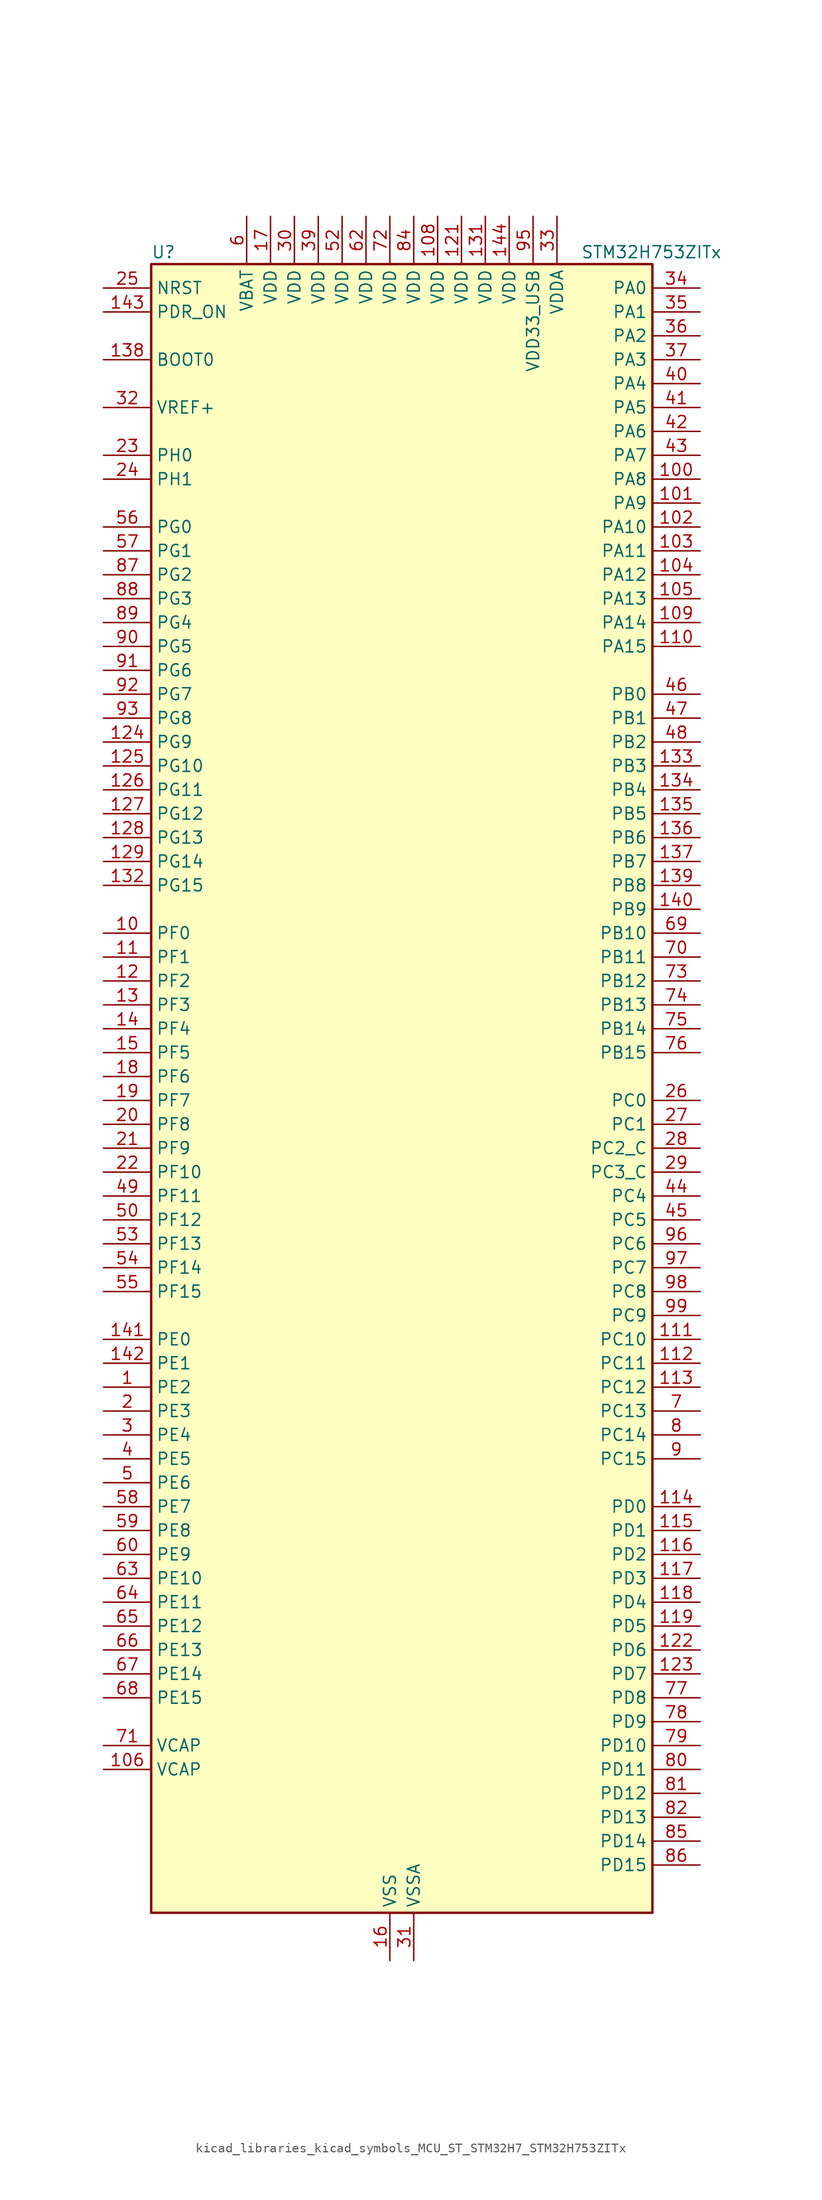
<source format=kicad_sym>
(kicad_symbol_lib
  (version 20220914)
  (generator kicad_symbol_editor)
  (symbol "kicad_libraries_kicad_symbols_MCU_ST_STM32H7_STM32H753ZITx"
    (property "Reference" "U"
      (at -25.4 90.17 0)
      (effects (font (size 1.27 1.27)) (justify left)))
    (property "Value" "STM32H753ZITx"
      (at 20.32 90.17 0)
      (effects (font (size 1.27 1.27)) (justify left)))
    (property "ki_locked" ""
      (at 0 0 0)
      (effects (font (size 1.27 1.27))))
    (symbol "kicad_libraries_kicad_symbols_MCU_ST_STM32H7_STM32H753ZITx_0_1"
      (rectangle (start -25.4 -86.36) (end 27.94 88.9) (stroke (width 0.254) (type default)) (fill (type background))))
    (symbol "kicad_libraries_kicad_symbols_MCU_ST_STM32H7_STM32H753ZITx_1_1"
      (pin bidirectional line (at -30.48 -30.48 0) (length 5.08) (name "PE2" (effects (font (size 1.27 1.27)))) (number "1" (effects (font (size 1.27 1.27)))) (alternate "DEBUG_TRACECLK" bidirectional line) (alternate "ETH_TXD3" bidirectional line) (alternate "FMC_A23" bidirectional line) (alternate "QUADSPI_BK1_IO2" bidirectional line) (alternate "SAI1_CK1" bidirectional line) (alternate "SAI1_MCLK_A" bidirectional line) (alternate "SAI4_CK1" bidirectional line) (alternate "SAI4_MCLK_A" bidirectional line) (alternate "SPI4_SCK" bidirectional line))
      (pin bidirectional line (at -30.48 17.78 0) (length 5.08) (name "PF0" (effects (font (size 1.27 1.27)))) (number "10" (effects (font (size 1.27 1.27)))) (alternate "FMC_A0" bidirectional line) (alternate "I2C2_SDA" bidirectional line))
      (pin bidirectional line (at 33.02 66.04 180) (length 5.08) (name "PA8" (effects (font (size 1.27 1.27)))) (number "100" (effects (font (size 1.27 1.27)))) (alternate "HRTIM_CHB2" bidirectional line) (alternate "I2C3_SCL" bidirectional line) (alternate "LTDC_B3" bidirectional line) (alternate "LTDC_R6" bidirectional line) (alternate "RCC_MCO_1" bidirectional line) (alternate "TIM1_CH1" bidirectional line) (alternate "TIM8_BKIN2" bidirectional line) (alternate "TIM8_BKIN2_COMP1" bidirectional line) (alternate "TIM8_BKIN2_COMP2" bidirectional line) (alternate "UART7_RX" bidirectional line) (alternate "USART1_CK" bidirectional line) (alternate "USB_OTG_FS_SOF" bidirectional line))
      (pin bidirectional line (at 33.02 63.5 180) (length 5.08) (name "PA9" (effects (font (size 1.27 1.27)))) (number "101" (effects (font (size 1.27 1.27)))) (alternate "DAC1_EXTI9" bidirectional line) (alternate "DCMI_D0" bidirectional line) (alternate "HRTIM_CHC1" bidirectional line) (alternate "I2C3_SMBA" bidirectional line) (alternate "I2S2_CK" bidirectional line) (alternate "LPUART1_TX" bidirectional line) (alternate "LTDC_R5" bidirectional line) (alternate "SPI2_SCK" bidirectional line) (alternate "TIM1_CH2" bidirectional line) (alternate "USART1_TX" bidirectional line) (alternate "USB_OTG_FS_VBUS" bidirectional line))
      (pin bidirectional line (at 33.02 60.96 180) (length 5.08) (name "PA10" (effects (font (size 1.27 1.27)))) (number "102" (effects (font (size 1.27 1.27)))) (alternate "DCMI_D1" bidirectional line) (alternate "HRTIM_CHC2" bidirectional line) (alternate "LPUART1_RX" bidirectional line) (alternate "LTDC_B1" bidirectional line) (alternate "LTDC_B4" bidirectional line) (alternate "MDIOS_MDIO" bidirectional line) (alternate "TIM1_CH3" bidirectional line) (alternate "USART1_RX" bidirectional line) (alternate "USB_OTG_FS_ID" bidirectional line))
      (pin bidirectional line (at 33.02 58.42 180) (length 5.08) (name "PA11" (effects (font (size 1.27 1.27)))) (number "103" (effects (font (size 1.27 1.27)))) (alternate "ADC1_EXTI11" bidirectional line) (alternate "ADC2_EXTI11" bidirectional line) (alternate "ADC3_EXTI11" bidirectional line) (alternate "FDCAN1_RX" bidirectional line) (alternate "HRTIM_CHD1" bidirectional line) (alternate "I2S2_WS" bidirectional line) (alternate "LPUART1_CTS" bidirectional line) (alternate "LTDC_R4" bidirectional line) (alternate "SPI2_NSS" bidirectional line) (alternate "TIM1_CH4" bidirectional line) (alternate "UART4_RX" bidirectional line) (alternate "USART1_CTS" bidirectional line) (alternate "USART1_NSS" bidirectional line) (alternate "USB_OTG_FS_DM" bidirectional line))
      (pin bidirectional line (at 33.02 55.88 180) (length 5.08) (name "PA12" (effects (font (size 1.27 1.27)))) (number "104" (effects (font (size 1.27 1.27)))) (alternate "FDCAN1_TX" bidirectional line) (alternate "HRTIM_CHD2" bidirectional line) (alternate "I2S2_CK" bidirectional line) (alternate "LPUART1_DE" bidirectional line) (alternate "LPUART1_RTS" bidirectional line) (alternate "LTDC_R5" bidirectional line) (alternate "SAI2_FS_B" bidirectional line) (alternate "SPI2_SCK" bidirectional line) (alternate "TIM1_ETR" bidirectional line) (alternate "UART4_TX" bidirectional line) (alternate "USART1_DE" bidirectional line) (alternate "USART1_RTS" bidirectional line) (alternate "USB_OTG_FS_DP" bidirectional line))
      (pin bidirectional line (at 33.02 53.34 180) (length 5.08) (name "PA13" (effects (font (size 1.27 1.27)))) (number "105" (effects (font (size 1.27 1.27)))) (alternate "DEBUG_JTMS-SWDIO" bidirectional line))
      (pin power_out line (at -30.48 -71.12 0) (length 5.08) (name "VCAP" (effects (font (size 1.27 1.27)))) (number "106" (effects (font (size 1.27 1.27)))))
      (pin passive line (at 0 -91.44 90) (length 5.08) hide (name "VSS" (effects (font (size 1.27 1.27)))) (number "107" (effects (font (size 1.27 1.27)))))
      (pin power_in line (at 5.08 93.98 270) (length 5.08) (name "VDD" (effects (font (size 1.27 1.27)))) (number "108" (effects (font (size 1.27 1.27)))))
      (pin bidirectional line (at 33.02 50.8 180) (length 5.08) (name "PA14" (effects (font (size 1.27 1.27)))) (number "109" (effects (font (size 1.27 1.27)))) (alternate "DEBUG_JTCK-SWCLK" bidirectional line))
      (pin bidirectional line (at -30.48 15.24 0) (length 5.08) (name "PF1" (effects (font (size 1.27 1.27)))) (number "11" (effects (font (size 1.27 1.27)))) (alternate "FMC_A1" bidirectional line) (alternate "I2C2_SCL" bidirectional line))
      (pin bidirectional line (at 33.02 48.26 180) (length 5.08) (name "PA15" (effects (font (size 1.27 1.27)))) (number "110" (effects (font (size 1.27 1.27)))) (alternate "ADC1_EXTI15" bidirectional line) (alternate "ADC2_EXTI15" bidirectional line) (alternate "ADC3_EXTI15" bidirectional line) (alternate "CEC" bidirectional line) (alternate "DEBUG_JTDI" bidirectional line) (alternate "HRTIM_FLT1" bidirectional line) (alternate "I2S1_WS" bidirectional line) (alternate "I2S3_WS" bidirectional line) (alternate "SPI1_NSS" bidirectional line) (alternate "SPI3_NSS" bidirectional line) (alternate "SPI6_NSS" bidirectional line) (alternate "TIM2_CH1" bidirectional line) (alternate "TIM2_ETR" bidirectional line) (alternate "UART4_DE" bidirectional line) (alternate "UART4_RTS" bidirectional line) (alternate "UART7_TX" bidirectional line))
      (pin bidirectional line (at 33.02 -25.4 180) (length 5.08) (name "PC10" (effects (font (size 1.27 1.27)))) (number "111" (effects (font (size 1.27 1.27)))) (alternate "DCMI_D8" bidirectional line) (alternate "DFSDM1_CKIN5" bidirectional line) (alternate "HRTIM_EEV1" bidirectional line) (alternate "I2S3_CK" bidirectional line) (alternate "LTDC_R2" bidirectional line) (alternate "QUADSPI_BK1_IO1" bidirectional line) (alternate "SDMMC1_D2" bidirectional line) (alternate "SPI3_SCK" bidirectional line) (alternate "UART4_TX" bidirectional line) (alternate "USART3_TX" bidirectional line))
      (pin bidirectional line (at 33.02 -27.94 180) (length 5.08) (name "PC11" (effects (font (size 1.27 1.27)))) (number "112" (effects (font (size 1.27 1.27)))) (alternate "ADC1_EXTI11" bidirectional line) (alternate "ADC2_EXTI11" bidirectional line) (alternate "ADC3_EXTI11" bidirectional line) (alternate "DCMI_D4" bidirectional line) (alternate "DFSDM1_DATIN5" bidirectional line) (alternate "HRTIM_FLT2" bidirectional line) (alternate "I2S3_SDI" bidirectional line) (alternate "QUADSPI_BK2_NCS" bidirectional line) (alternate "SDMMC1_D3" bidirectional line) (alternate "SPI3_MISO" bidirectional line) (alternate "UART4_RX" bidirectional line) (alternate "USART3_RX" bidirectional line))
      (pin bidirectional line (at 33.02 -30.48 180) (length 5.08) (name "PC12" (effects (font (size 1.27 1.27)))) (number "113" (effects (font (size 1.27 1.27)))) (alternate "DCMI_D9" bidirectional line) (alternate "DEBUG_TRACED3" bidirectional line) (alternate "HRTIM_EEV2" bidirectional line) (alternate "I2S3_SDO" bidirectional line) (alternate "SDMMC1_CK" bidirectional line) (alternate "SPI3_MOSI" bidirectional line) (alternate "UART5_TX" bidirectional line) (alternate "USART3_CK" bidirectional line))
      (pin bidirectional line (at 33.02 -43.18 180) (length 5.08) (name "PD0" (effects (font (size 1.27 1.27)))) (number "114" (effects (font (size 1.27 1.27)))) (alternate "DFSDM1_CKIN6" bidirectional line) (alternate "FDCAN1_RX" bidirectional line) (alternate "FMC_D2" bidirectional line) (alternate "FMC_DA2" bidirectional line) (alternate "SAI3_SCK_A" bidirectional line) (alternate "UART4_RX" bidirectional line))
      (pin bidirectional line (at 33.02 -45.72 180) (length 5.08) (name "PD1" (effects (font (size 1.27 1.27)))) (number "115" (effects (font (size 1.27 1.27)))) (alternate "DFSDM1_DATIN6" bidirectional line) (alternate "FDCAN1_TX" bidirectional line) (alternate "FMC_D3" bidirectional line) (alternate "FMC_DA3" bidirectional line) (alternate "SAI3_SD_A" bidirectional line) (alternate "UART4_TX" bidirectional line))
      (pin bidirectional line (at 33.02 -48.26 180) (length 5.08) (name "PD2" (effects (font (size 1.27 1.27)))) (number "116" (effects (font (size 1.27 1.27)))) (alternate "DCMI_D11" bidirectional line) (alternate "DEBUG_TRACED2" bidirectional line) (alternate "SDMMC1_CMD" bidirectional line) (alternate "TIM3_ETR" bidirectional line) (alternate "UART5_RX" bidirectional line))
      (pin bidirectional line (at 33.02 -50.8 180) (length 5.08) (name "PD3" (effects (font (size 1.27 1.27)))) (number "117" (effects (font (size 1.27 1.27)))) (alternate "DCMI_D5" bidirectional line) (alternate "DFSDM1_CKOUT" bidirectional line) (alternate "FMC_CLK" bidirectional line) (alternate "I2S2_CK" bidirectional line) (alternate "LTDC_G7" bidirectional line) (alternate "SPI2_SCK" bidirectional line) (alternate "USART2_CTS" bidirectional line) (alternate "USART2_NSS" bidirectional line))
      (pin bidirectional line (at 33.02 -53.34 180) (length 5.08) (name "PD4" (effects (font (size 1.27 1.27)))) (number "118" (effects (font (size 1.27 1.27)))) (alternate "FMC_NOE" bidirectional line) (alternate "HRTIM_FLT3" bidirectional line) (alternate "SAI3_FS_A" bidirectional line) (alternate "USART2_DE" bidirectional line) (alternate "USART2_RTS" bidirectional line))
      (pin bidirectional line (at 33.02 -55.88 180) (length 5.08) (name "PD5" (effects (font (size 1.27 1.27)))) (number "119" (effects (font (size 1.27 1.27)))) (alternate "FMC_NWE" bidirectional line) (alternate "HRTIM_EEV3" bidirectional line) (alternate "USART2_TX" bidirectional line))
      (pin bidirectional line (at -30.48 12.7 0) (length 5.08) (name "PF2" (effects (font (size 1.27 1.27)))) (number "12" (effects (font (size 1.27 1.27)))) (alternate "FMC_A2" bidirectional line) (alternate "I2C2_SMBA" bidirectional line))
      (pin passive line (at 0 -91.44 90) (length 5.08) hide (name "VSS" (effects (font (size 1.27 1.27)))) (number "120" (effects (font (size 1.27 1.27)))))
      (pin power_in line (at 7.62 93.98 270) (length 5.08) (name "VDD" (effects (font (size 1.27 1.27)))) (number "121" (effects (font (size 1.27 1.27)))))
      (pin bidirectional line (at 33.02 -58.42 180) (length 5.08) (name "PD6" (effects (font (size 1.27 1.27)))) (number "122" (effects (font (size 1.27 1.27)))) (alternate "DCMI_D10" bidirectional line) (alternate "DFSDM1_CKIN4" bidirectional line) (alternate "DFSDM1_DATIN1" bidirectional line) (alternate "FMC_NWAIT" bidirectional line) (alternate "I2S3_SDO" bidirectional line) (alternate "LTDC_B2" bidirectional line) (alternate "SAI1_D1" bidirectional line) (alternate "SAI1_SD_A" bidirectional line) (alternate "SAI4_D1" bidirectional line) (alternate "SAI4_SD_A" bidirectional line) (alternate "SDMMC2_CK" bidirectional line) (alternate "SPI3_MOSI" bidirectional line) (alternate "USART2_RX" bidirectional line))
      (pin bidirectional line (at 33.02 -60.96 180) (length 5.08) (name "PD7" (effects (font (size 1.27 1.27)))) (number "123" (effects (font (size 1.27 1.27)))) (alternate "DFSDM1_CKIN1" bidirectional line) (alternate "DFSDM1_DATIN4" bidirectional line) (alternate "FMC_NE1" bidirectional line) (alternate "I2S1_SDO" bidirectional line) (alternate "SDMMC2_CMD" bidirectional line) (alternate "SPDIFRX1_IN0" bidirectional line) (alternate "SPI1_MOSI" bidirectional line) (alternate "USART2_CK" bidirectional line))
      (pin bidirectional line (at -30.48 38.1 0) (length 5.08) (name "PG9" (effects (font (size 1.27 1.27)))) (number "124" (effects (font (size 1.27 1.27)))) (alternate "DAC1_EXTI9" bidirectional line) (alternate "DCMI_VSYNC" bidirectional line) (alternate "FMC_NCE" bidirectional line) (alternate "FMC_NE2" bidirectional line) (alternate "I2S1_SDI" bidirectional line) (alternate "QUADSPI_BK2_IO2" bidirectional line) (alternate "SAI2_FS_B" bidirectional line) (alternate "SPDIFRX1_IN3" bidirectional line) (alternate "SPI1_MISO" bidirectional line) (alternate "USART6_RX" bidirectional line))
      (pin bidirectional line (at -30.48 35.56 0) (length 5.08) (name "PG10" (effects (font (size 1.27 1.27)))) (number "125" (effects (font (size 1.27 1.27)))) (alternate "DCMI_D2" bidirectional line) (alternate "FMC_NE3" bidirectional line) (alternate "HRTIM_FLT5" bidirectional line) (alternate "I2S1_WS" bidirectional line) (alternate "LTDC_B2" bidirectional line) (alternate "LTDC_G3" bidirectional line) (alternate "SAI2_SD_B" bidirectional line) (alternate "SPI1_NSS" bidirectional line))
      (pin bidirectional line (at -30.48 33.02 0) (length 5.08) (name "PG11" (effects (font (size 1.27 1.27)))) (number "126" (effects (font (size 1.27 1.27)))) (alternate "ADC1_EXTI11" bidirectional line) (alternate "ADC2_EXTI11" bidirectional line) (alternate "ADC3_EXTI11" bidirectional line) (alternate "DCMI_D3" bidirectional line) (alternate "ETH_TX_EN" bidirectional line) (alternate "HRTIM_EEV4" bidirectional line) (alternate "I2S1_CK" bidirectional line) (alternate "LPTIM1_IN2" bidirectional line) (alternate "LTDC_B3" bidirectional line) (alternate "SDMMC2_D2" bidirectional line) (alternate "SPDIFRX1_IN0" bidirectional line) (alternate "SPI1_SCK" bidirectional line))
      (pin bidirectional line (at -30.48 30.48 0) (length 5.08) (name "PG12" (effects (font (size 1.27 1.27)))) (number "127" (effects (font (size 1.27 1.27)))) (alternate "ETH_TXD1" bidirectional line) (alternate "FMC_NE4" bidirectional line) (alternate "HRTIM_EEV5" bidirectional line) (alternate "LPTIM1_IN1" bidirectional line) (alternate "LTDC_B1" bidirectional line) (alternate "LTDC_B4" bidirectional line) (alternate "SPDIFRX1_IN1" bidirectional line) (alternate "SPI6_MISO" bidirectional line) (alternate "USART6_DE" bidirectional line) (alternate "USART6_RTS" bidirectional line))
      (pin bidirectional line (at -30.48 27.94 0) (length 5.08) (name "PG13" (effects (font (size 1.27 1.27)))) (number "128" (effects (font (size 1.27 1.27)))) (alternate "DEBUG_TRACED0" bidirectional line) (alternate "ETH_TXD0" bidirectional line) (alternate "FMC_A24" bidirectional line) (alternate "HRTIM_EEV10" bidirectional line) (alternate "LPTIM1_OUT" bidirectional line) (alternate "LTDC_R0" bidirectional line) (alternate "SPI6_SCK" bidirectional line) (alternate "USART6_CTS" bidirectional line) (alternate "USART6_NSS" bidirectional line))
      (pin bidirectional line (at -30.48 25.4 0) (length 5.08) (name "PG14" (effects (font (size 1.27 1.27)))) (number "129" (effects (font (size 1.27 1.27)))) (alternate "DEBUG_TRACED1" bidirectional line) (alternate "ETH_TXD1" bidirectional line) (alternate "FMC_A25" bidirectional line) (alternate "LPTIM1_ETR" bidirectional line) (alternate "LTDC_B0" bidirectional line) (alternate "QUADSPI_BK2_IO3" bidirectional line) (alternate "SPI6_MOSI" bidirectional line) (alternate "USART6_TX" bidirectional line))
      (pin bidirectional line (at -30.48 10.16 0) (length 5.08) (name "PF3" (effects (font (size 1.27 1.27)))) (number "13" (effects (font (size 1.27 1.27)))) (alternate "ADC3_INP5" bidirectional line) (alternate "FMC_A3" bidirectional line))
      (pin passive line (at 0 -91.44 90) (length 5.08) hide (name "VSS" (effects (font (size 1.27 1.27)))) (number "130" (effects (font (size 1.27 1.27)))))
      (pin power_in line (at 10.16 93.98 270) (length 5.08) (name "VDD" (effects (font (size 1.27 1.27)))) (number "131" (effects (font (size 1.27 1.27)))))
      (pin bidirectional line (at -30.48 22.86 0) (length 5.08) (name "PG15" (effects (font (size 1.27 1.27)))) (number "132" (effects (font (size 1.27 1.27)))) (alternate "ADC1_EXTI15" bidirectional line) (alternate "ADC2_EXTI15" bidirectional line) (alternate "ADC3_EXTI15" bidirectional line) (alternate "DCMI_D13" bidirectional line) (alternate "FMC_SDNCAS" bidirectional line) (alternate "USART6_CTS" bidirectional line) (alternate "USART6_NSS" bidirectional line))
      (pin bidirectional line (at 33.02 35.56 180) (length 5.08) (name "PB3" (effects (font (size 1.27 1.27)))) (number "133" (effects (font (size 1.27 1.27)))) (alternate "CRS_SYNC" bidirectional line) (alternate "DEBUG_JTDO-SWO" bidirectional line) (alternate "HRTIM_FLT4" bidirectional line) (alternate "I2S1_CK" bidirectional line) (alternate "I2S3_CK" bidirectional line) (alternate "SDMMC2_D2" bidirectional line) (alternate "SPI1_SCK" bidirectional line) (alternate "SPI3_SCK" bidirectional line) (alternate "SPI6_SCK" bidirectional line) (alternate "TIM2_CH2" bidirectional line) (alternate "UART7_RX" bidirectional line))
      (pin bidirectional line (at 33.02 33.02 180) (length 5.08) (name "PB4" (effects (font (size 1.27 1.27)))) (number "134" (effects (font (size 1.27 1.27)))) (alternate "DEBUG_JTRST" bidirectional line) (alternate "HRTIM_EEV6" bidirectional line) (alternate "I2S1_SDI" bidirectional line) (alternate "I2S2_WS" bidirectional line) (alternate "I2S3_SDI" bidirectional line) (alternate "SDMMC2_D3" bidirectional line) (alternate "SPI1_MISO" bidirectional line) (alternate "SPI2_NSS" bidirectional line) (alternate "SPI3_MISO" bidirectional line) (alternate "SPI6_MISO" bidirectional line) (alternate "TIM16_BKIN" bidirectional line) (alternate "TIM3_CH1" bidirectional line) (alternate "UART7_TX" bidirectional line))
      (pin bidirectional line (at 33.02 30.48 180) (length 5.08) (name "PB5" (effects (font (size 1.27 1.27)))) (number "135" (effects (font (size 1.27 1.27)))) (alternate "DCMI_D10" bidirectional line) (alternate "ETH_PPS_OUT" bidirectional line) (alternate "FDCAN2_RX" bidirectional line) (alternate "FMC_SDCKE1" bidirectional line) (alternate "HRTIM_EEV7" bidirectional line) (alternate "I2C1_SMBA" bidirectional line) (alternate "I2C4_SMBA" bidirectional line) (alternate "I2S1_SDO" bidirectional line) (alternate "I2S3_SDO" bidirectional line) (alternate "SPI1_MOSI" bidirectional line) (alternate "SPI3_MOSI" bidirectional line) (alternate "SPI6_MOSI" bidirectional line) (alternate "TIM17_BKIN" bidirectional line) (alternate "TIM3_CH2" bidirectional line) (alternate "UART5_RX" bidirectional line) (alternate "USB_OTG_HS_ULPI_D7" bidirectional line))
      (pin bidirectional line (at 33.02 27.94 180) (length 5.08) (name "PB6" (effects (font (size 1.27 1.27)))) (number "136" (effects (font (size 1.27 1.27)))) (alternate "CEC" bidirectional line) (alternate "DCMI_D5" bidirectional line) (alternate "DFSDM1_DATIN5" bidirectional line) (alternate "FDCAN2_TX" bidirectional line) (alternate "FMC_SDNE1" bidirectional line) (alternate "HRTIM_EEV8" bidirectional line) (alternate "I2C1_SCL" bidirectional line) (alternate "I2C4_SCL" bidirectional line) (alternate "LPUART1_TX" bidirectional line) (alternate "QUADSPI_BK1_NCS" bidirectional line) (alternate "TIM16_CH1N" bidirectional line) (alternate "TIM4_CH1" bidirectional line) (alternate "UART5_TX" bidirectional line) (alternate "USART1_TX" bidirectional line))
      (pin bidirectional line (at 33.02 25.4 180) (length 5.08) (name "PB7" (effects (font (size 1.27 1.27)))) (number "137" (effects (font (size 1.27 1.27)))) (alternate "DCMI_VSYNC" bidirectional line) (alternate "DFSDM1_CKIN5" bidirectional line) (alternate "FMC_NL" bidirectional line) (alternate "HRTIM_EEV9" bidirectional line) (alternate "I2C1_SDA" bidirectional line) (alternate "I2C4_SDA" bidirectional line) (alternate "LPUART1_RX" bidirectional line) (alternate "PWR_PVD_IN" bidirectional line) (alternate "TIM17_CH1N" bidirectional line) (alternate "TIM4_CH2" bidirectional line) (alternate "USART1_RX" bidirectional line))
      (pin input line (at -30.48 78.74 0) (length 5.08) (name "BOOT0" (effects (font (size 1.27 1.27)))) (number "138" (effects (font (size 1.27 1.27)))))
      (pin bidirectional line (at 33.02 22.86 180) (length 5.08) (name "PB8" (effects (font (size 1.27 1.27)))) (number "139" (effects (font (size 1.27 1.27)))) (alternate "DCMI_D6" bidirectional line) (alternate "DFSDM1_CKIN7" bidirectional line) (alternate "ETH_TXD3" bidirectional line) (alternate "FDCAN1_RX" bidirectional line) (alternate "I2C1_SCL" bidirectional line) (alternate "I2C4_SCL" bidirectional line) (alternate "LTDC_B6" bidirectional line) (alternate "SDMMC1_CKIN" bidirectional line) (alternate "SDMMC1_D4" bidirectional line) (alternate "SDMMC2_D4" bidirectional line) (alternate "TIM16_CH1" bidirectional line) (alternate "TIM4_CH3" bidirectional line) (alternate "UART4_RX" bidirectional line))
      (pin bidirectional line (at -30.48 7.62 0) (length 5.08) (name "PF4" (effects (font (size 1.27 1.27)))) (number "14" (effects (font (size 1.27 1.27)))) (alternate "ADC3_INN5" bidirectional line) (alternate "ADC3_INP9" bidirectional line) (alternate "FMC_A4" bidirectional line))
      (pin bidirectional line (at 33.02 20.32 180) (length 5.08) (name "PB9" (effects (font (size 1.27 1.27)))) (number "140" (effects (font (size 1.27 1.27)))) (alternate "DAC1_EXTI9" bidirectional line) (alternate "DCMI_D7" bidirectional line) (alternate "DFSDM1_DATIN7" bidirectional line) (alternate "FDCAN1_TX" bidirectional line) (alternate "I2C1_SDA" bidirectional line) (alternate "I2C4_SDA" bidirectional line) (alternate "I2C4_SMBA" bidirectional line) (alternate "I2S2_WS" bidirectional line) (alternate "LTDC_B7" bidirectional line) (alternate "SDMMC1_CDIR" bidirectional line) (alternate "SDMMC1_D5" bidirectional line) (alternate "SDMMC2_D5" bidirectional line) (alternate "SPI2_NSS" bidirectional line) (alternate "TIM17_CH1" bidirectional line) (alternate "TIM4_CH4" bidirectional line) (alternate "UART4_TX" bidirectional line))
      (pin bidirectional line (at -30.48 -25.4 0) (length 5.08) (name "PE0" (effects (font (size 1.27 1.27)))) (number "141" (effects (font (size 1.27 1.27)))) (alternate "DCMI_D2" bidirectional line) (alternate "FMC_NBL0" bidirectional line) (alternate "HRTIM_SCIN" bidirectional line) (alternate "LPTIM1_ETR" bidirectional line) (alternate "LPTIM2_ETR" bidirectional line) (alternate "SAI2_MCLK_A" bidirectional line) (alternate "TIM4_ETR" bidirectional line) (alternate "UART8_RX" bidirectional line))
      (pin bidirectional line (at -30.48 -27.94 0) (length 5.08) (name "PE1" (effects (font (size 1.27 1.27)))) (number "142" (effects (font (size 1.27 1.27)))) (alternate "DCMI_D3" bidirectional line) (alternate "FMC_NBL1" bidirectional line) (alternate "HRTIM_SCOUT" bidirectional line) (alternate "LPTIM1_IN2" bidirectional line) (alternate "UART8_TX" bidirectional line))
      (pin input line (at -30.48 83.82 0) (length 5.08) (name "PDR_ON" (effects (font (size 1.27 1.27)))) (number "143" (effects (font (size 1.27 1.27)))))
      (pin power_in line (at 12.7 93.98 270) (length 5.08) (name "VDD" (effects (font (size 1.27 1.27)))) (number "144" (effects (font (size 1.27 1.27)))))
      (pin bidirectional line (at -30.48 5.08 0) (length 5.08) (name "PF5" (effects (font (size 1.27 1.27)))) (number "15" (effects (font (size 1.27 1.27)))) (alternate "ADC3_INP4" bidirectional line) (alternate "FMC_A5" bidirectional line))
      (pin power_in line (at 0 -91.44 90) (length 5.08) (name "VSS" (effects (font (size 1.27 1.27)))) (number "16" (effects (font (size 1.27 1.27)))))
      (pin power_in line (at -12.7 93.98 270) (length 5.08) (name "VDD" (effects (font (size 1.27 1.27)))) (number "17" (effects (font (size 1.27 1.27)))))
      (pin bidirectional line (at -30.48 2.54 0) (length 5.08) (name "PF6" (effects (font (size 1.27 1.27)))) (number "18" (effects (font (size 1.27 1.27)))) (alternate "ADC3_INN4" bidirectional line) (alternate "ADC3_INP8" bidirectional line) (alternate "QUADSPI_BK1_IO3" bidirectional line) (alternate "SAI1_SD_B" bidirectional line) (alternate "SAI4_SD_B" bidirectional line) (alternate "SPI5_NSS" bidirectional line) (alternate "TIM16_CH1" bidirectional line) (alternate "UART7_RX" bidirectional line))
      (pin bidirectional line (at -30.48 0 0) (length 5.08) (name "PF7" (effects (font (size 1.27 1.27)))) (number "19" (effects (font (size 1.27 1.27)))) (alternate "ADC3_INP3" bidirectional line) (alternate "QUADSPI_BK1_IO2" bidirectional line) (alternate "SAI1_MCLK_B" bidirectional line) (alternate "SAI4_MCLK_B" bidirectional line) (alternate "SPI5_SCK" bidirectional line) (alternate "TIM17_CH1" bidirectional line) (alternate "UART7_TX" bidirectional line))
      (pin bidirectional line (at -30.48 -33.02 0) (length 5.08) (name "PE3" (effects (font (size 1.27 1.27)))) (number "2" (effects (font (size 1.27 1.27)))) (alternate "DEBUG_TRACED0" bidirectional line) (alternate "FMC_A19" bidirectional line) (alternate "SAI1_SD_B" bidirectional line) (alternate "SAI4_SD_B" bidirectional line) (alternate "TIM15_BKIN" bidirectional line))
      (pin bidirectional line (at -30.48 -2.54 0) (length 5.08) (name "PF8" (effects (font (size 1.27 1.27)))) (number "20" (effects (font (size 1.27 1.27)))) (alternate "ADC3_INN3" bidirectional line) (alternate "ADC3_INP7" bidirectional line) (alternate "QUADSPI_BK1_IO0" bidirectional line) (alternate "SAI1_SCK_B" bidirectional line) (alternate "SAI4_SCK_B" bidirectional line) (alternate "SPI5_MISO" bidirectional line) (alternate "TIM13_CH1" bidirectional line) (alternate "TIM16_CH1N" bidirectional line) (alternate "UART7_DE" bidirectional line) (alternate "UART7_RTS" bidirectional line))
      (pin bidirectional line (at -30.48 -5.08 0) (length 5.08) (name "PF9" (effects (font (size 1.27 1.27)))) (number "21" (effects (font (size 1.27 1.27)))) (alternate "ADC3_INP2" bidirectional line) (alternate "DAC1_EXTI9" bidirectional line) (alternate "QUADSPI_BK1_IO1" bidirectional line) (alternate "SAI1_FS_B" bidirectional line) (alternate "SAI4_FS_B" bidirectional line) (alternate "SPI5_MOSI" bidirectional line) (alternate "TIM14_CH1" bidirectional line) (alternate "TIM17_CH1N" bidirectional line) (alternate "UART7_CTS" bidirectional line))
      (pin bidirectional line (at -30.48 -7.62 0) (length 5.08) (name "PF10" (effects (font (size 1.27 1.27)))) (number "22" (effects (font (size 1.27 1.27)))) (alternate "ADC3_INN2" bidirectional line) (alternate "ADC3_INP6" bidirectional line) (alternate "DCMI_D11" bidirectional line) (alternate "LTDC_DE" bidirectional line) (alternate "QUADSPI_CLK" bidirectional line) (alternate "SAI1_D3" bidirectional line) (alternate "SAI4_D3" bidirectional line) (alternate "TIM16_BKIN" bidirectional line))
      (pin bidirectional line (at -30.48 68.58 0) (length 5.08) (name "PH0" (effects (font (size 1.27 1.27)))) (number "23" (effects (font (size 1.27 1.27)))) (alternate "RCC_OSC_IN" bidirectional line))
      (pin bidirectional line (at -30.48 66.04 0) (length 5.08) (name "PH1" (effects (font (size 1.27 1.27)))) (number "24" (effects (font (size 1.27 1.27)))) (alternate "RCC_OSC_OUT" bidirectional line))
      (pin input line (at -30.48 86.36 0) (length 5.08) (name "NRST" (effects (font (size 1.27 1.27)))) (number "25" (effects (font (size 1.27 1.27)))))
      (pin bidirectional line (at 33.02 0 180) (length 5.08) (name "PC0" (effects (font (size 1.27 1.27)))) (number "26" (effects (font (size 1.27 1.27)))) (alternate "ADC1_INP10" bidirectional line) (alternate "ADC2_INP10" bidirectional line) (alternate "ADC3_INP10" bidirectional line) (alternate "DFSDM1_CKIN0" bidirectional line) (alternate "DFSDM1_DATIN4" bidirectional line) (alternate "FMC_SDNWE" bidirectional line) (alternate "LTDC_R5" bidirectional line) (alternate "SAI2_FS_B" bidirectional line) (alternate "USB_OTG_HS_ULPI_STP" bidirectional line))
      (pin bidirectional line (at 33.02 -2.54 180) (length 5.08) (name "PC1" (effects (font (size 1.27 1.27)))) (number "27" (effects (font (size 1.27 1.27)))) (alternate "ADC1_INN10" bidirectional line) (alternate "ADC1_INP11" bidirectional line) (alternate "ADC2_INN10" bidirectional line) (alternate "ADC2_INP11" bidirectional line) (alternate "ADC3_INN10" bidirectional line) (alternate "ADC3_INP11" bidirectional line) (alternate "DEBUG_TRACED0" bidirectional line) (alternate "DFSDM1_CKIN4" bidirectional line) (alternate "DFSDM1_DATIN0" bidirectional line) (alternate "ETH_MDC" bidirectional line) (alternate "I2S2_SDO" bidirectional line) (alternate "MDIOS_MDC" bidirectional line) (alternate "PWR_WKUP5" bidirectional line) (alternate "RTC_TAMP3" bidirectional line) (alternate "SAI1_D1" bidirectional line) (alternate "SAI1_SD_A" bidirectional line) (alternate "SAI4_D1" bidirectional line) (alternate "SAI4_SD_A" bidirectional line) (alternate "SDMMC2_CK" bidirectional line) (alternate "SPI2_MOSI" bidirectional line))
      (pin bidirectional line (at 33.02 -5.08 180) (length 5.08) (name "PC2_C" (effects (font (size 1.27 1.27)))) (number "28" (effects (font (size 1.27 1.27)))) (alternate "ADC3_INN1" bidirectional line) (alternate "ADC3_INP0" bidirectional line) (alternate "DFSDM1_CKIN1" bidirectional line) (alternate "DFSDM1_CKOUT" bidirectional line) (alternate "ETH_TXD2" bidirectional line) (alternate "FMC_SDNE0" bidirectional line) (alternate "I2S2_SDI" bidirectional line) (alternate "PWR_CSTOP" bidirectional line) (alternate "SPI2_MISO" bidirectional line) (alternate "USB_OTG_HS_ULPI_DIR" bidirectional line))
      (pin bidirectional line (at 33.02 -7.62 180) (length 5.08) (name "PC3_C" (effects (font (size 1.27 1.27)))) (number "29" (effects (font (size 1.27 1.27)))) (alternate "ADC3_INP1" bidirectional line) (alternate "DFSDM1_DATIN1" bidirectional line) (alternate "ETH_TX_CLK" bidirectional line) (alternate "FMC_SDCKE0" bidirectional line) (alternate "I2S2_SDO" bidirectional line) (alternate "PWR_CSLEEP" bidirectional line) (alternate "SPI2_MOSI" bidirectional line) (alternate "USB_OTG_HS_ULPI_NXT" bidirectional line))
      (pin bidirectional line (at -30.48 -35.56 0) (length 5.08) (name "PE4" (effects (font (size 1.27 1.27)))) (number "3" (effects (font (size 1.27 1.27)))) (alternate "DCMI_D4" bidirectional line) (alternate "DEBUG_TRACED1" bidirectional line) (alternate "DFSDM1_DATIN3" bidirectional line) (alternate "FMC_A20" bidirectional line) (alternate "LTDC_B0" bidirectional line) (alternate "SAI1_D2" bidirectional line) (alternate "SAI1_FS_A" bidirectional line) (alternate "SAI4_D2" bidirectional line) (alternate "SAI4_FS_A" bidirectional line) (alternate "SPI4_NSS" bidirectional line) (alternate "TIM15_CH1N" bidirectional line))
      (pin power_in line (at -10.16 93.98 270) (length 5.08) (name "VDD" (effects (font (size 1.27 1.27)))) (number "30" (effects (font (size 1.27 1.27)))))
      (pin power_in line (at 2.54 -91.44 90) (length 5.08) (name "VSSA" (effects (font (size 1.27 1.27)))) (number "31" (effects (font (size 1.27 1.27)))))
      (pin input line (at -30.48 73.66 0) (length 5.08) (name "VREF+" (effects (font (size 1.27 1.27)))) (number "32" (effects (font (size 1.27 1.27)))) (alternate "VREFBUF_OUT" bidirectional line))
      (pin power_in line (at 17.78 93.98 270) (length 5.08) (name "VDDA" (effects (font (size 1.27 1.27)))) (number "33" (effects (font (size 1.27 1.27)))))
      (pin bidirectional line (at 33.02 86.36 180) (length 5.08) (name "PA0" (effects (font (size 1.27 1.27)))) (number "34" (effects (font (size 1.27 1.27)))) (alternate "ADC1_INP16" bidirectional line) (alternate "ETH_CRS" bidirectional line) (alternate "PWR_WKUP0" bidirectional line) (alternate "SAI2_SD_B" bidirectional line) (alternate "SDMMC2_CMD" bidirectional line) (alternate "TIM15_BKIN" bidirectional line) (alternate "TIM2_CH1" bidirectional line) (alternate "TIM2_ETR" bidirectional line) (alternate "TIM5_CH1" bidirectional line) (alternate "TIM8_ETR" bidirectional line) (alternate "UART4_TX" bidirectional line) (alternate "USART2_CTS" bidirectional line) (alternate "USART2_NSS" bidirectional line))
      (pin bidirectional line (at 33.02 83.82 180) (length 5.08) (name "PA1" (effects (font (size 1.27 1.27)))) (number "35" (effects (font (size 1.27 1.27)))) (alternate "ADC1_INN16" bidirectional line) (alternate "ADC1_INP17" bidirectional line) (alternate "ETH_REF_CLK" bidirectional line) (alternate "ETH_RX_CLK" bidirectional line) (alternate "LPTIM3_OUT" bidirectional line) (alternate "LTDC_R2" bidirectional line) (alternate "QUADSPI_BK1_IO3" bidirectional line) (alternate "SAI2_MCLK_B" bidirectional line) (alternate "TIM15_CH1N" bidirectional line) (alternate "TIM2_CH2" bidirectional line) (alternate "TIM5_CH2" bidirectional line) (alternate "UART4_RX" bidirectional line) (alternate "USART2_DE" bidirectional line) (alternate "USART2_RTS" bidirectional line))
      (pin bidirectional line (at 33.02 81.28 180) (length 5.08) (name "PA2" (effects (font (size 1.27 1.27)))) (number "36" (effects (font (size 1.27 1.27)))) (alternate "ADC1_INP14" bidirectional line) (alternate "ADC2_INP14" bidirectional line) (alternate "ETH_MDIO" bidirectional line) (alternate "LPTIM4_OUT" bidirectional line) (alternate "LTDC_R1" bidirectional line) (alternate "MDIOS_MDIO" bidirectional line) (alternate "PWR_WKUP1" bidirectional line) (alternate "SAI2_SCK_B" bidirectional line) (alternate "TIM15_CH1" bidirectional line) (alternate "TIM2_CH3" bidirectional line) (alternate "TIM5_CH3" bidirectional line) (alternate "USART2_TX" bidirectional line))
      (pin bidirectional line (at 33.02 78.74 180) (length 5.08) (name "PA3" (effects (font (size 1.27 1.27)))) (number "37" (effects (font (size 1.27 1.27)))) (alternate "ADC1_INP15" bidirectional line) (alternate "ADC2_INP15" bidirectional line) (alternate "ETH_COL" bidirectional line) (alternate "LPTIM5_OUT" bidirectional line) (alternate "LTDC_B2" bidirectional line) (alternate "LTDC_B5" bidirectional line) (alternate "TIM15_CH2" bidirectional line) (alternate "TIM2_CH4" bidirectional line) (alternate "TIM5_CH4" bidirectional line) (alternate "USART2_RX" bidirectional line) (alternate "USB_OTG_HS_ULPI_D0" bidirectional line))
      (pin passive line (at 0 -91.44 90) (length 5.08) hide (name "VSS" (effects (font (size 1.27 1.27)))) (number "38" (effects (font (size 1.27 1.27)))))
      (pin power_in line (at -7.62 93.98 270) (length 5.08) (name "VDD" (effects (font (size 1.27 1.27)))) (number "39" (effects (font (size 1.27 1.27)))))
      (pin bidirectional line (at -30.48 -38.1 0) (length 5.08) (name "PE5" (effects (font (size 1.27 1.27)))) (number "4" (effects (font (size 1.27 1.27)))) (alternate "DCMI_D6" bidirectional line) (alternate "DEBUG_TRACED2" bidirectional line) (alternate "DFSDM1_CKIN3" bidirectional line) (alternate "FMC_A21" bidirectional line) (alternate "LTDC_G0" bidirectional line) (alternate "SAI1_CK2" bidirectional line) (alternate "SAI1_SCK_A" bidirectional line) (alternate "SAI4_CK2" bidirectional line) (alternate "SAI4_SCK_A" bidirectional line) (alternate "SPI4_MISO" bidirectional line) (alternate "TIM15_CH1" bidirectional line))
      (pin bidirectional line (at 33.02 76.2 180) (length 5.08) (name "PA4" (effects (font (size 1.27 1.27)))) (number "40" (effects (font (size 1.27 1.27)))) (alternate "ADC1_INP18" bidirectional line) (alternate "ADC2_INP18" bidirectional line) (alternate "DAC1_OUT1" bidirectional line) (alternate "DCMI_HSYNC" bidirectional line) (alternate "I2S1_WS" bidirectional line) (alternate "I2S3_WS" bidirectional line) (alternate "LTDC_VSYNC" bidirectional line) (alternate "SPI1_NSS" bidirectional line) (alternate "SPI3_NSS" bidirectional line) (alternate "SPI6_NSS" bidirectional line) (alternate "TIM5_ETR" bidirectional line) (alternate "USART2_CK" bidirectional line) (alternate "USB_OTG_HS_SOF" bidirectional line))
      (pin bidirectional line (at 33.02 73.66 180) (length 5.08) (name "PA5" (effects (font (size 1.27 1.27)))) (number "41" (effects (font (size 1.27 1.27)))) (alternate "ADC1_INN18" bidirectional line) (alternate "ADC1_INP19" bidirectional line) (alternate "ADC2_INN18" bidirectional line) (alternate "ADC2_INP19" bidirectional line) (alternate "DAC1_OUT2" bidirectional line) (alternate "I2S1_CK" bidirectional line) (alternate "LTDC_R4" bidirectional line) (alternate "PWR_NDSTOP2" bidirectional line) (alternate "SPI1_SCK" bidirectional line) (alternate "SPI6_SCK" bidirectional line) (alternate "TIM2_CH1" bidirectional line) (alternate "TIM2_ETR" bidirectional line) (alternate "TIM8_CH1N" bidirectional line) (alternate "USB_OTG_HS_ULPI_CK" bidirectional line))
      (pin bidirectional line (at 33.02 71.12 180) (length 5.08) (name "PA6" (effects (font (size 1.27 1.27)))) (number "42" (effects (font (size 1.27 1.27)))) (alternate "ADC1_INP3" bidirectional line) (alternate "ADC2_INP3" bidirectional line) (alternate "DCMI_PIXCLK" bidirectional line) (alternate "I2S1_SDI" bidirectional line) (alternate "LTDC_G2" bidirectional line) (alternate "MDIOS_MDC" bidirectional line) (alternate "SPI1_MISO" bidirectional line) (alternate "SPI6_MISO" bidirectional line) (alternate "TIM13_CH1" bidirectional line) (alternate "TIM1_BKIN" bidirectional line) (alternate "TIM1_BKIN_COMP1" bidirectional line) (alternate "TIM1_BKIN_COMP2" bidirectional line) (alternate "TIM3_CH1" bidirectional line) (alternate "TIM8_BKIN" bidirectional line) (alternate "TIM8_BKIN_COMP1" bidirectional line) (alternate "TIM8_BKIN_COMP2" bidirectional line))
      (pin bidirectional line (at 33.02 68.58 180) (length 5.08) (name "PA7" (effects (font (size 1.27 1.27)))) (number "43" (effects (font (size 1.27 1.27)))) (alternate "ADC1_INN3" bidirectional line) (alternate "ADC1_INP7" bidirectional line) (alternate "ADC2_INN3" bidirectional line) (alternate "ADC2_INP7" bidirectional line) (alternate "ETH_CRS_DV" bidirectional line) (alternate "ETH_RX_DV" bidirectional line) (alternate "FMC_SDNWE" bidirectional line) (alternate "I2S1_SDO" bidirectional line) (alternate "OPAMP1_VINM" bidirectional line) (alternate "OPAMP1_VINM1" bidirectional line) (alternate "SPI1_MOSI" bidirectional line) (alternate "SPI6_MOSI" bidirectional line) (alternate "TIM14_CH1" bidirectional line) (alternate "TIM1_CH1N" bidirectional line) (alternate "TIM3_CH2" bidirectional line) (alternate "TIM8_CH1N" bidirectional line))
      (pin bidirectional line (at 33.02 -10.16 180) (length 5.08) (name "PC4" (effects (font (size 1.27 1.27)))) (number "44" (effects (font (size 1.27 1.27)))) (alternate "ADC1_INP4" bidirectional line) (alternate "ADC2_INP4" bidirectional line) (alternate "COMP1_INM" bidirectional line) (alternate "DFSDM1_CKIN2" bidirectional line) (alternate "ETH_RXD0" bidirectional line) (alternate "FMC_SDNE0" bidirectional line) (alternate "I2S1_MCK" bidirectional line) (alternate "OPAMP1_VOUT" bidirectional line) (alternate "SPDIFRX1_IN2" bidirectional line))
      (pin bidirectional line (at 33.02 -12.7 180) (length 5.08) (name "PC5" (effects (font (size 1.27 1.27)))) (number "45" (effects (font (size 1.27 1.27)))) (alternate "ADC1_INN4" bidirectional line) (alternate "ADC1_INP8" bidirectional line) (alternate "ADC2_INN4" bidirectional line) (alternate "ADC2_INP8" bidirectional line) (alternate "COMP1_OUT" bidirectional line) (alternate "DFSDM1_DATIN2" bidirectional line) (alternate "ETH_RXD1" bidirectional line) (alternate "FMC_SDCKE0" bidirectional line) (alternate "OPAMP1_VINM" bidirectional line) (alternate "OPAMP1_VINM0" bidirectional line) (alternate "SAI1_D3" bidirectional line) (alternate "SAI4_D3" bidirectional line) (alternate "SPDIFRX1_IN3" bidirectional line))
      (pin bidirectional line (at 33.02 43.18 180) (length 5.08) (name "PB0" (effects (font (size 1.27 1.27)))) (number "46" (effects (font (size 1.27 1.27)))) (alternate "ADC1_INN5" bidirectional line) (alternate "ADC1_INP9" bidirectional line) (alternate "ADC2_INN5" bidirectional line) (alternate "ADC2_INP9" bidirectional line) (alternate "COMP1_INP" bidirectional line) (alternate "DFSDM1_CKOUT" bidirectional line) (alternate "ETH_RXD2" bidirectional line) (alternate "LTDC_G1" bidirectional line) (alternate "LTDC_R3" bidirectional line) (alternate "OPAMP1_VINP" bidirectional line) (alternate "TIM1_CH2N" bidirectional line) (alternate "TIM3_CH3" bidirectional line) (alternate "TIM8_CH2N" bidirectional line) (alternate "UART4_CTS" bidirectional line) (alternate "USB_OTG_HS_ULPI_D1" bidirectional line))
      (pin bidirectional line (at 33.02 40.64 180) (length 5.08) (name "PB1" (effects (font (size 1.27 1.27)))) (number "47" (effects (font (size 1.27 1.27)))) (alternate "ADC1_INP5" bidirectional line) (alternate "ADC2_INP5" bidirectional line) (alternate "COMP1_INM" bidirectional line) (alternate "DFSDM1_DATIN1" bidirectional line) (alternate "ETH_RXD3" bidirectional line) (alternate "LTDC_G0" bidirectional line) (alternate "LTDC_R6" bidirectional line) (alternate "TIM1_CH3N" bidirectional line) (alternate "TIM3_CH4" bidirectional line) (alternate "TIM8_CH3N" bidirectional line) (alternate "USB_OTG_HS_ULPI_D2" bidirectional line))
      (pin bidirectional line (at 33.02 38.1 180) (length 5.08) (name "PB2" (effects (font (size 1.27 1.27)))) (number "48" (effects (font (size 1.27 1.27)))) (alternate "COMP1_INP" bidirectional line) (alternate "DFSDM1_CKIN1" bidirectional line) (alternate "I2S3_SDO" bidirectional line) (alternate "QUADSPI_CLK" bidirectional line) (alternate "RTC_OUT_ALARM" bidirectional line) (alternate "RTC_OUT_CALIB" bidirectional line) (alternate "SAI1_D1" bidirectional line) (alternate "SAI1_SD_A" bidirectional line) (alternate "SAI4_D1" bidirectional line) (alternate "SAI4_SD_A" bidirectional line) (alternate "SPI3_MOSI" bidirectional line))
      (pin bidirectional line (at -30.48 -10.16 0) (length 5.08) (name "PF11" (effects (font (size 1.27 1.27)))) (number "49" (effects (font (size 1.27 1.27)))) (alternate "ADC1_EXTI11" bidirectional line) (alternate "ADC1_INP2" bidirectional line) (alternate "ADC2_EXTI11" bidirectional line) (alternate "ADC3_EXTI11" bidirectional line) (alternate "DCMI_D12" bidirectional line) (alternate "FMC_SDNRAS" bidirectional line) (alternate "SAI2_SD_B" bidirectional line) (alternate "SPI5_MOSI" bidirectional line))
      (pin bidirectional line (at -30.48 -40.64 0) (length 5.08) (name "PE6" (effects (font (size 1.27 1.27)))) (number "5" (effects (font (size 1.27 1.27)))) (alternate "DCMI_D7" bidirectional line) (alternate "DEBUG_TRACED3" bidirectional line) (alternate "FMC_A22" bidirectional line) (alternate "LTDC_G1" bidirectional line) (alternate "SAI1_D1" bidirectional line) (alternate "SAI1_SD_A" bidirectional line) (alternate "SAI2_MCLK_B" bidirectional line) (alternate "SAI4_D1" bidirectional line) (alternate "SAI4_SD_A" bidirectional line) (alternate "SPI4_MOSI" bidirectional line) (alternate "TIM15_CH2" bidirectional line) (alternate "TIM1_BKIN2" bidirectional line) (alternate "TIM1_BKIN2_COMP1" bidirectional line) (alternate "TIM1_BKIN2_COMP2" bidirectional line))
      (pin bidirectional line (at -30.48 -12.7 0) (length 5.08) (name "PF12" (effects (font (size 1.27 1.27)))) (number "50" (effects (font (size 1.27 1.27)))) (alternate "ADC1_INN2" bidirectional line) (alternate "ADC1_INP6" bidirectional line) (alternate "FMC_A6" bidirectional line))
      (pin passive line (at 0 -91.44 90) (length 5.08) hide (name "VSS" (effects (font (size 1.27 1.27)))) (number "51" (effects (font (size 1.27 1.27)))))
      (pin power_in line (at -5.08 93.98 270) (length 5.08) (name "VDD" (effects (font (size 1.27 1.27)))) (number "52" (effects (font (size 1.27 1.27)))))
      (pin bidirectional line (at -30.48 -15.24 0) (length 5.08) (name "PF13" (effects (font (size 1.27 1.27)))) (number "53" (effects (font (size 1.27 1.27)))) (alternate "ADC2_INP2" bidirectional line) (alternate "DFSDM1_DATIN6" bidirectional line) (alternate "FMC_A7" bidirectional line) (alternate "I2C4_SMBA" bidirectional line))
      (pin bidirectional line (at -30.48 -17.78 0) (length 5.08) (name "PF14" (effects (font (size 1.27 1.27)))) (number "54" (effects (font (size 1.27 1.27)))) (alternate "ADC2_INN2" bidirectional line) (alternate "ADC2_INP6" bidirectional line) (alternate "DFSDM1_CKIN6" bidirectional line) (alternate "FMC_A8" bidirectional line) (alternate "I2C4_SCL" bidirectional line))
      (pin bidirectional line (at -30.48 -20.32 0) (length 5.08) (name "PF15" (effects (font (size 1.27 1.27)))) (number "55" (effects (font (size 1.27 1.27)))) (alternate "ADC1_EXTI15" bidirectional line) (alternate "ADC2_EXTI15" bidirectional line) (alternate "ADC3_EXTI15" bidirectional line) (alternate "FMC_A9" bidirectional line) (alternate "I2C4_SDA" bidirectional line))
      (pin bidirectional line (at -30.48 60.96 0) (length 5.08) (name "PG0" (effects (font (size 1.27 1.27)))) (number "56" (effects (font (size 1.27 1.27)))) (alternate "FMC_A10" bidirectional line))
      (pin bidirectional line (at -30.48 58.42 0) (length 5.08) (name "PG1" (effects (font (size 1.27 1.27)))) (number "57" (effects (font (size 1.27 1.27)))) (alternate "FMC_A11" bidirectional line) (alternate "OPAMP2_VINM" bidirectional line) (alternate "OPAMP2_VINM1" bidirectional line))
      (pin bidirectional line (at -30.48 -43.18 0) (length 5.08) (name "PE7" (effects (font (size 1.27 1.27)))) (number "58" (effects (font (size 1.27 1.27)))) (alternate "COMP2_INM" bidirectional line) (alternate "DFSDM1_DATIN2" bidirectional line) (alternate "FMC_D4" bidirectional line) (alternate "FMC_DA4" bidirectional line) (alternate "OPAMP2_VOUT" bidirectional line) (alternate "QUADSPI_BK2_IO0" bidirectional line) (alternate "TIM1_ETR" bidirectional line) (alternate "UART7_RX" bidirectional line))
      (pin bidirectional line (at -30.48 -45.72 0) (length 5.08) (name "PE8" (effects (font (size 1.27 1.27)))) (number "59" (effects (font (size 1.27 1.27)))) (alternate "COMP2_OUT" bidirectional line) (alternate "DFSDM1_CKIN2" bidirectional line) (alternate "FMC_D5" bidirectional line) (alternate "FMC_DA5" bidirectional line) (alternate "OPAMP2_VINM" bidirectional line) (alternate "OPAMP2_VINM0" bidirectional line) (alternate "QUADSPI_BK2_IO1" bidirectional line) (alternate "TIM1_CH1N" bidirectional line) (alternate "UART7_TX" bidirectional line))
      (pin power_in line (at -15.24 93.98 270) (length 5.08) (name "VBAT" (effects (font (size 1.27 1.27)))) (number "6" (effects (font (size 1.27 1.27)))))
      (pin bidirectional line (at -30.48 -48.26 0) (length 5.08) (name "PE9" (effects (font (size 1.27 1.27)))) (number "60" (effects (font (size 1.27 1.27)))) (alternate "COMP2_INP" bidirectional line) (alternate "DAC1_EXTI9" bidirectional line) (alternate "DFSDM1_CKOUT" bidirectional line) (alternate "FMC_D6" bidirectional line) (alternate "FMC_DA6" bidirectional line) (alternate "OPAMP2_VINP" bidirectional line) (alternate "QUADSPI_BK2_IO2" bidirectional line) (alternate "TIM1_CH1" bidirectional line) (alternate "UART7_DE" bidirectional line) (alternate "UART7_RTS" bidirectional line))
      (pin passive line (at 0 -91.44 90) (length 5.08) hide (name "VSS" (effects (font (size 1.27 1.27)))) (number "61" (effects (font (size 1.27 1.27)))))
      (pin power_in line (at -2.54 93.98 270) (length 5.08) (name "VDD" (effects (font (size 1.27 1.27)))) (number "62" (effects (font (size 1.27 1.27)))))
      (pin bidirectional line (at -30.48 -50.8 0) (length 5.08) (name "PE10" (effects (font (size 1.27 1.27)))) (number "63" (effects (font (size 1.27 1.27)))) (alternate "COMP2_INM" bidirectional line) (alternate "DFSDM1_DATIN4" bidirectional line) (alternate "FMC_D7" bidirectional line) (alternate "FMC_DA7" bidirectional line) (alternate "QUADSPI_BK2_IO3" bidirectional line) (alternate "TIM1_CH2N" bidirectional line) (alternate "UART7_CTS" bidirectional line))
      (pin bidirectional line (at -30.48 -53.34 0) (length 5.08) (name "PE11" (effects (font (size 1.27 1.27)))) (number "64" (effects (font (size 1.27 1.27)))) (alternate "ADC1_EXTI11" bidirectional line) (alternate "ADC2_EXTI11" bidirectional line) (alternate "ADC3_EXTI11" bidirectional line) (alternate "COMP2_INP" bidirectional line) (alternate "DFSDM1_CKIN4" bidirectional line) (alternate "FMC_D8" bidirectional line) (alternate "FMC_DA8" bidirectional line) (alternate "LTDC_G3" bidirectional line) (alternate "SAI2_SD_B" bidirectional line) (alternate "SPI4_NSS" bidirectional line) (alternate "TIM1_CH2" bidirectional line))
      (pin bidirectional line (at -30.48 -55.88 0) (length 5.08) (name "PE12" (effects (font (size 1.27 1.27)))) (number "65" (effects (font (size 1.27 1.27)))) (alternate "COMP1_OUT" bidirectional line) (alternate "DFSDM1_DATIN5" bidirectional line) (alternate "FMC_D9" bidirectional line) (alternate "FMC_DA9" bidirectional line) (alternate "LTDC_B4" bidirectional line) (alternate "SAI2_SCK_B" bidirectional line) (alternate "SPI4_SCK" bidirectional line) (alternate "TIM1_CH3N" bidirectional line))
      (pin bidirectional line (at -30.48 -58.42 0) (length 5.08) (name "PE13" (effects (font (size 1.27 1.27)))) (number "66" (effects (font (size 1.27 1.27)))) (alternate "COMP2_OUT" bidirectional line) (alternate "DFSDM1_CKIN5" bidirectional line) (alternate "FMC_D10" bidirectional line) (alternate "FMC_DA10" bidirectional line) (alternate "LTDC_DE" bidirectional line) (alternate "SAI2_FS_B" bidirectional line) (alternate "SPI4_MISO" bidirectional line) (alternate "TIM1_CH3" bidirectional line))
      (pin bidirectional line (at -30.48 -60.96 0) (length 5.08) (name "PE14" (effects (font (size 1.27 1.27)))) (number "67" (effects (font (size 1.27 1.27)))) (alternate "FMC_D11" bidirectional line) (alternate "FMC_DA11" bidirectional line) (alternate "LTDC_CLK" bidirectional line) (alternate "SAI2_MCLK_B" bidirectional line) (alternate "SPI4_MOSI" bidirectional line) (alternate "TIM1_CH4" bidirectional line))
      (pin bidirectional line (at -30.48 -63.5 0) (length 5.08) (name "PE15" (effects (font (size 1.27 1.27)))) (number "68" (effects (font (size 1.27 1.27)))) (alternate "ADC1_EXTI15" bidirectional line) (alternate "ADC2_EXTI15" bidirectional line) (alternate "ADC3_EXTI15" bidirectional line) (alternate "FMC_D12" bidirectional line) (alternate "FMC_DA12" bidirectional line) (alternate "LTDC_R7" bidirectional line) (alternate "TIM1_BKIN" bidirectional line) (alternate "TIM1_BKIN_COMP1" bidirectional line) (alternate "TIM1_BKIN_COMP2" bidirectional line))
      (pin bidirectional line (at 33.02 17.78 180) (length 5.08) (name "PB10" (effects (font (size 1.27 1.27)))) (number "69" (effects (font (size 1.27 1.27)))) (alternate "DFSDM1_DATIN7" bidirectional line) (alternate "ETH_RX_ER" bidirectional line) (alternate "HRTIM_SCOUT" bidirectional line) (alternate "I2C2_SCL" bidirectional line) (alternate "I2S2_CK" bidirectional line) (alternate "LPTIM2_IN1" bidirectional line) (alternate "LTDC_G4" bidirectional line) (alternate "QUADSPI_BK1_NCS" bidirectional line) (alternate "SPI2_SCK" bidirectional line) (alternate "TIM2_CH3" bidirectional line) (alternate "USART3_TX" bidirectional line) (alternate "USB_OTG_HS_ULPI_D3" bidirectional line))
      (pin bidirectional line (at 33.02 -33.02 180) (length 5.08) (name "PC13" (effects (font (size 1.27 1.27)))) (number "7" (effects (font (size 1.27 1.27)))) (alternate "PWR_WKUP2" bidirectional line) (alternate "RTC_OUT_ALARM" bidirectional line) (alternate "RTC_OUT_CALIB" bidirectional line) (alternate "RTC_TAMP1" bidirectional line) (alternate "RTC_TS" bidirectional line))
      (pin bidirectional line (at 33.02 15.24 180) (length 5.08) (name "PB11" (effects (font (size 1.27 1.27)))) (number "70" (effects (font (size 1.27 1.27)))) (alternate "ADC1_EXTI11" bidirectional line) (alternate "ADC2_EXTI11" bidirectional line) (alternate "ADC3_EXTI11" bidirectional line) (alternate "DFSDM1_CKIN7" bidirectional line) (alternate "ETH_TX_EN" bidirectional line) (alternate "HRTIM_SCIN" bidirectional line) (alternate "I2C2_SDA" bidirectional line) (alternate "LPTIM2_ETR" bidirectional line) (alternate "LTDC_G5" bidirectional line) (alternate "TIM2_CH4" bidirectional line) (alternate "USART3_RX" bidirectional line) (alternate "USB_OTG_HS_ULPI_D4" bidirectional line))
      (pin power_out line (at -30.48 -68.58 0) (length 5.08) (name "VCAP" (effects (font (size 1.27 1.27)))) (number "71" (effects (font (size 1.27 1.27)))))
      (pin power_in line (at 0 93.98 270) (length 5.08) (name "VDD" (effects (font (size 1.27 1.27)))) (number "72" (effects (font (size 1.27 1.27)))))
      (pin bidirectional line (at 33.02 12.7 180) (length 5.08) (name "PB12" (effects (font (size 1.27 1.27)))) (number "73" (effects (font (size 1.27 1.27)))) (alternate "DFSDM1_DATIN1" bidirectional line) (alternate "ETH_TXD0" bidirectional line) (alternate "FDCAN2_RX" bidirectional line) (alternate "I2C2_SMBA" bidirectional line) (alternate "I2S2_WS" bidirectional line) (alternate "SPI2_NSS" bidirectional line) (alternate "TIM1_BKIN" bidirectional line) (alternate "TIM1_BKIN_COMP1" bidirectional line) (alternate "TIM1_BKIN_COMP2" bidirectional line) (alternate "UART5_RX" bidirectional line) (alternate "USART3_CK" bidirectional line) (alternate "USB_OTG_HS_ID" bidirectional line) (alternate "USB_OTG_HS_ULPI_D5" bidirectional line))
      (pin bidirectional line (at 33.02 10.16 180) (length 5.08) (name "PB13" (effects (font (size 1.27 1.27)))) (number "74" (effects (font (size 1.27 1.27)))) (alternate "DFSDM1_CKIN1" bidirectional line) (alternate "ETH_TXD1" bidirectional line) (alternate "FDCAN2_TX" bidirectional line) (alternate "I2S2_CK" bidirectional line) (alternate "LPTIM2_OUT" bidirectional line) (alternate "SPI2_SCK" bidirectional line) (alternate "TIM1_CH1N" bidirectional line) (alternate "UART5_TX" bidirectional line) (alternate "USART3_CTS" bidirectional line) (alternate "USART3_NSS" bidirectional line) (alternate "USB_OTG_HS_ULPI_D6" bidirectional line) (alternate "USB_OTG_HS_VBUS" bidirectional line))
      (pin bidirectional line (at 33.02 7.62 180) (length 5.08) (name "PB14" (effects (font (size 1.27 1.27)))) (number "75" (effects (font (size 1.27 1.27)))) (alternate "DFSDM1_DATIN2" bidirectional line) (alternate "I2S2_SDI" bidirectional line) (alternate "SDMMC2_D0" bidirectional line) (alternate "SPI2_MISO" bidirectional line) (alternate "TIM12_CH1" bidirectional line) (alternate "TIM1_CH2N" bidirectional line) (alternate "TIM8_CH2N" bidirectional line) (alternate "UART4_DE" bidirectional line) (alternate "UART4_RTS" bidirectional line) (alternate "USART1_TX" bidirectional line) (alternate "USART3_DE" bidirectional line) (alternate "USART3_RTS" bidirectional line) (alternate "USB_OTG_HS_DM" bidirectional line))
      (pin bidirectional line (at 33.02 5.08 180) (length 5.08) (name "PB15" (effects (font (size 1.27 1.27)))) (number "76" (effects (font (size 1.27 1.27)))) (alternate "ADC1_EXTI15" bidirectional line) (alternate "ADC2_EXTI15" bidirectional line) (alternate "ADC3_EXTI15" bidirectional line) (alternate "DFSDM1_CKIN2" bidirectional line) (alternate "I2S2_SDO" bidirectional line) (alternate "RTC_REFIN" bidirectional line) (alternate "SDMMC2_D1" bidirectional line) (alternate "SPI2_MOSI" bidirectional line) (alternate "TIM12_CH2" bidirectional line) (alternate "TIM1_CH3N" bidirectional line) (alternate "TIM8_CH3N" bidirectional line) (alternate "UART4_CTS" bidirectional line) (alternate "USART1_RX" bidirectional line) (alternate "USB_OTG_HS_DP" bidirectional line))
      (pin bidirectional line (at 33.02 -63.5 180) (length 5.08) (name "PD8" (effects (font (size 1.27 1.27)))) (number "77" (effects (font (size 1.27 1.27)))) (alternate "DFSDM1_CKIN3" bidirectional line) (alternate "FMC_D13" bidirectional line) (alternate "FMC_DA13" bidirectional line) (alternate "SAI3_SCK_B" bidirectional line) (alternate "SPDIFRX1_IN1" bidirectional line) (alternate "USART3_TX" bidirectional line))
      (pin bidirectional line (at 33.02 -66.04 180) (length 5.08) (name "PD9" (effects (font (size 1.27 1.27)))) (number "78" (effects (font (size 1.27 1.27)))) (alternate "DAC1_EXTI9" bidirectional line) (alternate "DFSDM1_DATIN3" bidirectional line) (alternate "FMC_D14" bidirectional line) (alternate "FMC_DA14" bidirectional line) (alternate "SAI3_SD_B" bidirectional line) (alternate "USART3_RX" bidirectional line))
      (pin bidirectional line (at 33.02 -68.58 180) (length 5.08) (name "PD10" (effects (font (size 1.27 1.27)))) (number "79" (effects (font (size 1.27 1.27)))) (alternate "DFSDM1_CKOUT" bidirectional line) (alternate "FMC_D15" bidirectional line) (alternate "FMC_DA15" bidirectional line) (alternate "LTDC_B3" bidirectional line) (alternate "SAI3_FS_B" bidirectional line) (alternate "USART3_CK" bidirectional line))
      (pin bidirectional line (at 33.02 -35.56 180) (length 5.08) (name "PC14" (effects (font (size 1.27 1.27)))) (number "8" (effects (font (size 1.27 1.27)))) (alternate "RCC_OSC32_IN" bidirectional line))
      (pin bidirectional line (at 33.02 -71.12 180) (length 5.08) (name "PD11" (effects (font (size 1.27 1.27)))) (number "80" (effects (font (size 1.27 1.27)))) (alternate "ADC1_EXTI11" bidirectional line) (alternate "ADC2_EXTI11" bidirectional line) (alternate "ADC3_EXTI11" bidirectional line) (alternate "FMC_A16" bidirectional line) (alternate "FMC_CLE" bidirectional line) (alternate "I2C4_SMBA" bidirectional line) (alternate "LPTIM2_IN2" bidirectional line) (alternate "QUADSPI_BK1_IO0" bidirectional line) (alternate "SAI2_SD_A" bidirectional line) (alternate "USART3_CTS" bidirectional line) (alternate "USART3_NSS" bidirectional line))
      (pin bidirectional line (at 33.02 -73.66 180) (length 5.08) (name "PD12" (effects (font (size 1.27 1.27)))) (number "81" (effects (font (size 1.27 1.27)))) (alternate "FMC_A17" bidirectional line) (alternate "FMC_ALE" bidirectional line) (alternate "I2C4_SCL" bidirectional line) (alternate "LPTIM1_IN1" bidirectional line) (alternate "LPTIM2_IN1" bidirectional line) (alternate "QUADSPI_BK1_IO1" bidirectional line) (alternate "SAI2_FS_A" bidirectional line) (alternate "TIM4_CH1" bidirectional line) (alternate "USART3_DE" bidirectional line) (alternate "USART3_RTS" bidirectional line))
      (pin bidirectional line (at 33.02 -76.2 180) (length 5.08) (name "PD13" (effects (font (size 1.27 1.27)))) (number "82" (effects (font (size 1.27 1.27)))) (alternate "FMC_A18" bidirectional line) (alternate "I2C4_SDA" bidirectional line) (alternate "LPTIM1_OUT" bidirectional line) (alternate "QUADSPI_BK1_IO3" bidirectional line) (alternate "SAI2_SCK_A" bidirectional line) (alternate "TIM4_CH2" bidirectional line))
      (pin passive line (at 0 -91.44 90) (length 5.08) hide (name "VSS" (effects (font (size 1.27 1.27)))) (number "83" (effects (font (size 1.27 1.27)))))
      (pin power_in line (at 2.54 93.98 270) (length 5.08) (name "VDD" (effects (font (size 1.27 1.27)))) (number "84" (effects (font (size 1.27 1.27)))))
      (pin bidirectional line (at 33.02 -78.74 180) (length 5.08) (name "PD14" (effects (font (size 1.27 1.27)))) (number "85" (effects (font (size 1.27 1.27)))) (alternate "FMC_D0" bidirectional line) (alternate "FMC_DA0" bidirectional line) (alternate "SAI3_MCLK_B" bidirectional line) (alternate "TIM4_CH3" bidirectional line) (alternate "UART8_CTS" bidirectional line))
      (pin bidirectional line (at 33.02 -81.28 180) (length 5.08) (name "PD15" (effects (font (size 1.27 1.27)))) (number "86" (effects (font (size 1.27 1.27)))) (alternate "ADC1_EXTI15" bidirectional line) (alternate "ADC2_EXTI15" bidirectional line) (alternate "ADC3_EXTI15" bidirectional line) (alternate "FMC_D1" bidirectional line) (alternate "FMC_DA1" bidirectional line) (alternate "SAI3_MCLK_A" bidirectional line) (alternate "TIM4_CH4" bidirectional line) (alternate "UART8_DE" bidirectional line) (alternate "UART8_RTS" bidirectional line))
      (pin bidirectional line (at -30.48 55.88 0) (length 5.08) (name "PG2" (effects (font (size 1.27 1.27)))) (number "87" (effects (font (size 1.27 1.27)))) (alternate "FMC_A12" bidirectional line) (alternate "TIM8_BKIN" bidirectional line) (alternate "TIM8_BKIN_COMP1" bidirectional line) (alternate "TIM8_BKIN_COMP2" bidirectional line))
      (pin bidirectional line (at -30.48 53.34 0) (length 5.08) (name "PG3" (effects (font (size 1.27 1.27)))) (number "88" (effects (font (size 1.27 1.27)))) (alternate "FMC_A13" bidirectional line) (alternate "TIM8_BKIN2" bidirectional line) (alternate "TIM8_BKIN2_COMP1" bidirectional line) (alternate "TIM8_BKIN2_COMP2" bidirectional line))
      (pin bidirectional line (at -30.48 50.8 0) (length 5.08) (name "PG4" (effects (font (size 1.27 1.27)))) (number "89" (effects (font (size 1.27 1.27)))) (alternate "FMC_A14" bidirectional line) (alternate "FMC_BA0" bidirectional line) (alternate "TIM1_BKIN2" bidirectional line) (alternate "TIM1_BKIN2_COMP1" bidirectional line) (alternate "TIM1_BKIN2_COMP2" bidirectional line))
      (pin bidirectional line (at 33.02 -38.1 180) (length 5.08) (name "PC15" (effects (font (size 1.27 1.27)))) (number "9" (effects (font (size 1.27 1.27)))) (alternate "ADC1_EXTI15" bidirectional line) (alternate "ADC2_EXTI15" bidirectional line) (alternate "ADC3_EXTI15" bidirectional line) (alternate "RCC_OSC32_OUT" bidirectional line))
      (pin bidirectional line (at -30.48 48.26 0) (length 5.08) (name "PG5" (effects (font (size 1.27 1.27)))) (number "90" (effects (font (size 1.27 1.27)))) (alternate "FMC_A15" bidirectional line) (alternate "FMC_BA1" bidirectional line) (alternate "TIM1_ETR" bidirectional line))
      (pin bidirectional line (at -30.48 45.72 0) (length 5.08) (name "PG6" (effects (font (size 1.27 1.27)))) (number "91" (effects (font (size 1.27 1.27)))) (alternate "DCMI_D12" bidirectional line) (alternate "FMC_NE3" bidirectional line) (alternate "HRTIM_CHE1" bidirectional line) (alternate "LTDC_R7" bidirectional line) (alternate "QUADSPI_BK1_NCS" bidirectional line) (alternate "TIM17_BKIN" bidirectional line))
      (pin bidirectional line (at -30.48 43.18 0) (length 5.08) (name "PG7" (effects (font (size 1.27 1.27)))) (number "92" (effects (font (size 1.27 1.27)))) (alternate "DCMI_D13" bidirectional line) (alternate "FMC_INT" bidirectional line) (alternate "HRTIM_CHE2" bidirectional line) (alternate "LTDC_CLK" bidirectional line) (alternate "SAI1_MCLK_A" bidirectional line) (alternate "USART6_CK" bidirectional line))
      (pin bidirectional line (at -30.48 40.64 0) (length 5.08) (name "PG8" (effects (font (size 1.27 1.27)))) (number "93" (effects (font (size 1.27 1.27)))) (alternate "ETH_PPS_OUT" bidirectional line) (alternate "FMC_SDCLK" bidirectional line) (alternate "LTDC_G7" bidirectional line) (alternate "SPDIFRX1_IN2" bidirectional line) (alternate "SPI6_NSS" bidirectional line) (alternate "TIM8_ETR" bidirectional line) (alternate "USART6_DE" bidirectional line) (alternate "USART6_RTS" bidirectional line))
      (pin passive line (at 0 -91.44 90) (length 5.08) hide (name "VSS" (effects (font (size 1.27 1.27)))) (number "94" (effects (font (size 1.27 1.27)))))
      (pin power_in line (at 15.24 93.98 270) (length 5.08) (name "VDD33_USB" (effects (font (size 1.27 1.27)))) (number "95" (effects (font (size 1.27 1.27)))))
      (pin bidirectional line (at 33.02 -15.24 180) (length 5.08) (name "PC6" (effects (font (size 1.27 1.27)))) (number "96" (effects (font (size 1.27 1.27)))) (alternate "DCMI_D0" bidirectional line) (alternate "DFSDM1_CKIN3" bidirectional line) (alternate "FMC_NWAIT" bidirectional line) (alternate "HRTIM_CHA1" bidirectional line) (alternate "I2S2_MCK" bidirectional line) (alternate "LTDC_HSYNC" bidirectional line) (alternate "SDMMC1_D0DIR" bidirectional line) (alternate "SDMMC1_D6" bidirectional line) (alternate "SDMMC2_D6" bidirectional line) (alternate "SWPMI1_IO" bidirectional line) (alternate "TIM3_CH1" bidirectional line) (alternate "TIM8_CH1" bidirectional line) (alternate "USART6_TX" bidirectional line))
      (pin bidirectional line (at 33.02 -17.78 180) (length 5.08) (name "PC7" (effects (font (size 1.27 1.27)))) (number "97" (effects (font (size 1.27 1.27)))) (alternate "DCMI_D1" bidirectional line) (alternate "DEBUG_TRGIO" bidirectional line) (alternate "DFSDM1_DATIN3" bidirectional line) (alternate "FMC_NE1" bidirectional line) (alternate "HRTIM_CHA2" bidirectional line) (alternate "I2S3_MCK" bidirectional line) (alternate "LTDC_G6" bidirectional line) (alternate "SDMMC1_D123DIR" bidirectional line) (alternate "SDMMC1_D7" bidirectional line) (alternate "SDMMC2_D7" bidirectional line) (alternate "SWPMI1_TX" bidirectional line) (alternate "TIM3_CH2" bidirectional line) (alternate "TIM8_CH2" bidirectional line) (alternate "USART6_RX" bidirectional line))
      (pin bidirectional line (at 33.02 -20.32 180) (length 5.08) (name "PC8" (effects (font (size 1.27 1.27)))) (number "98" (effects (font (size 1.27 1.27)))) (alternate "DCMI_D2" bidirectional line) (alternate "DEBUG_TRACED1" bidirectional line) (alternate "FMC_NCE" bidirectional line) (alternate "FMC_NE2" bidirectional line) (alternate "HRTIM_CHB1" bidirectional line) (alternate "SDMMC1_D0" bidirectional line) (alternate "SWPMI1_RX" bidirectional line) (alternate "TIM3_CH3" bidirectional line) (alternate "TIM8_CH3" bidirectional line) (alternate "UART5_DE" bidirectional line) (alternate "UART5_RTS" bidirectional line) (alternate "USART6_CK" bidirectional line))
      (pin bidirectional line (at 33.02 -22.86 180) (length 5.08) (name "PC9" (effects (font (size 1.27 1.27)))) (number "99" (effects (font (size 1.27 1.27)))) (alternate "DAC1_EXTI9" bidirectional line) (alternate "DCMI_D3" bidirectional line) (alternate "I2C3_SDA" bidirectional line) (alternate "I2S_CKIN" bidirectional line) (alternate "LTDC_B2" bidirectional line) (alternate "LTDC_G3" bidirectional line) (alternate "QUADSPI_BK1_IO0" bidirectional line) (alternate "RCC_MCO_2" bidirectional line) (alternate "SDMMC1_D1" bidirectional line) (alternate "SWPMI1_SUSPEND" bidirectional line) (alternate "TIM3_CH4" bidirectional line) (alternate "TIM8_CH4" bidirectional line) (alternate "UART5_CTS" bidirectional line)))))
</source>
